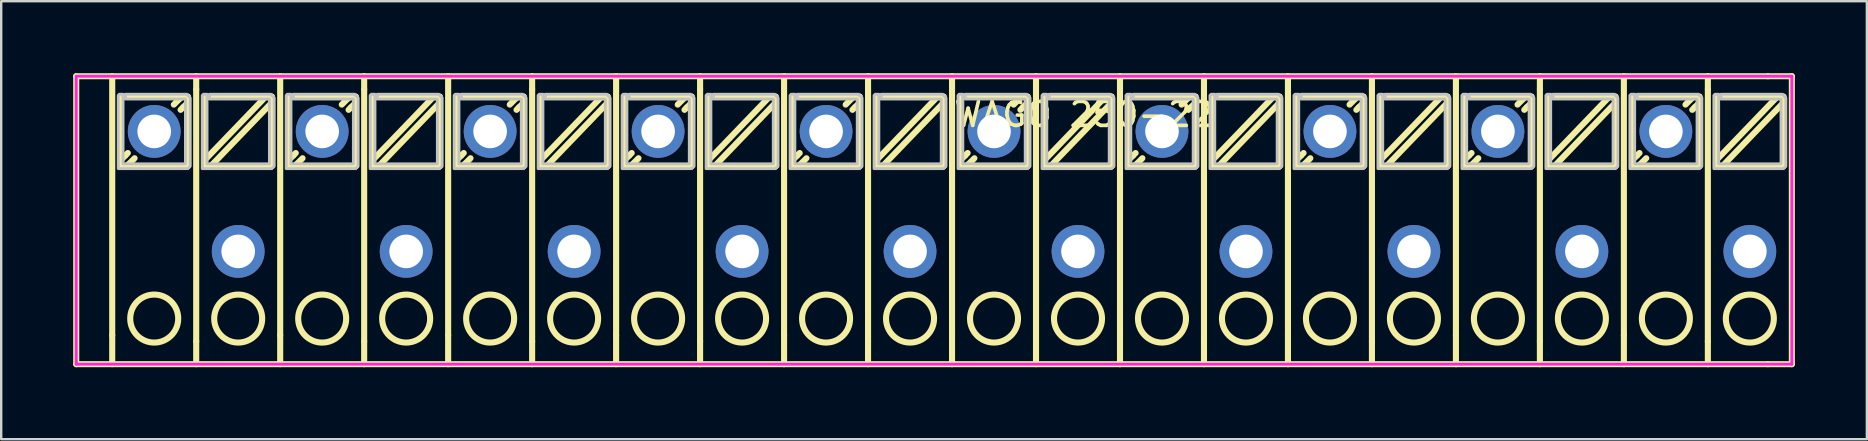
<source format=kicad_pcb>
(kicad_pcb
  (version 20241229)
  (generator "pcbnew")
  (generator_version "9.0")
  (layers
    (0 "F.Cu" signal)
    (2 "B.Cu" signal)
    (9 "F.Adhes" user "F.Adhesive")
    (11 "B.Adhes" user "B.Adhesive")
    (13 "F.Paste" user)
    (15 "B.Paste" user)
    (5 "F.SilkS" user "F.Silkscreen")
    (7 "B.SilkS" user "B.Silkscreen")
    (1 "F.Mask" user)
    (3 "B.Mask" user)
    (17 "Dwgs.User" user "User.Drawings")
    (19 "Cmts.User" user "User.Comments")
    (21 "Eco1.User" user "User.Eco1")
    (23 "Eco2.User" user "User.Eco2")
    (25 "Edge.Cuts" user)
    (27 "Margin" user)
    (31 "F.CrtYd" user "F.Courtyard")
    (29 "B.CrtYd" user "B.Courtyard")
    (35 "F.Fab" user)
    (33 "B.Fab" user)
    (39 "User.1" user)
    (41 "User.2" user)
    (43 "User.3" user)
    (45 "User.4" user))
  (footprint "WAGO 250-22"
    (layer "F.Cu")
    (at 36.627 4.927)
    (property "Reference" "WAGO 250-22" (at 0 -3.207 0) (layer "F.SilkS") (effects (font (size 1 1) (thickness 0.15)) (justify left)))
    (attr through_hole)
    (fp_line (start -36.5 -4.8) (end 34 -4.8) (stroke (width 0.254) (type solid)) (layer "F.SilkS"))
    (fp_line (start -36.5 7.2) (end -36.5 -4.8) (stroke (width 0.254) (type solid)) (layer "F.SilkS"))
    (fp_line (start -36.5 7.2) (end 34 7.2) (stroke (width 0.254) (type solid)) (layer "F.SilkS"))
    (fp_line (start -35 6) (end -35 -4.8) (stroke (width 0.254) (type solid)) (layer "F.SilkS"))
    (fp_line (start -35 6) (end -35 7.2) (stroke (width 0.254) (type solid)) (layer "F.SilkS"))
    (fp_line (start -34.65 -3.95) (end -31.85 -3.95) (stroke (width 0.254) (type solid)) (layer "F.SilkS"))
    (fp_line (start -34.65 -1.05) (end -34.65 -3.95) (stroke (width 0.254) (type solid)) (layer "F.SilkS"))
    (fp_line (start -34.45 -1.5) (end -34.614 -1.336) (stroke (width 0.254) (type solid)) (layer "F.SilkS"))
    (fp_line (start -34.35 -1.6) (end -34.45 -1.5) (stroke (width 0.254) (type solid)) (layer "F.SilkS"))
    (fp_line (start -34.35 -1.1) (end -34.068 -1.382) (stroke (width 0.254) (type solid)) (layer "F.SilkS"))
    (fp_line (start -34.332 -1.118) (end -34.35 -1.1) (stroke (width 0.254) (type solid)) (layer "F.SilkS"))
    (fp_line (start -32.168 -3.882) (end -32.15 -3.9) (stroke (width 0.254) (type solid)) (layer "F.SilkS"))
    (fp_line (start -32.15 -3.9) (end -32.432 -3.618) (stroke (width 0.254) (type solid)) (layer "F.SilkS"))
    (fp_line (start -32.15 -3.4) (end -32.05 -3.5) (stroke (width 0.254) (type solid)) (layer "F.SilkS"))
    (fp_line (start -32.05 -3.5) (end -31.886 -3.664) (stroke (width 0.254) (type solid)) (layer "F.SilkS"))
    (fp_line (start -31.85 -3.95) (end -31.85 -1.05) (stroke (width 0.254) (type solid)) (layer "F.SilkS"))
    (fp_line (start -31.85 -1.05) (end -34.65 -1.05) (stroke (width 0.254) (type solid)) (layer "F.SilkS"))
    (fp_line (start -31.5 -4.25) (end -31.5 -4.8) (stroke (width 0.254) (type solid)) (layer "F.SilkS"))
    (fp_line (start -31.5 -4.25) (end -31.5 6.25) (stroke (width 0.254) (type solid)) (layer "F.SilkS"))
    (fp_line (start -31.5 6.25) (end -31.5 7.2) (stroke (width 0.254) (type solid)) (layer "F.SilkS"))
    (fp_line (start -31.15 -3.95) (end -28.35 -3.95) (stroke (width 0.254) (type solid)) (layer "F.SilkS"))
    (fp_line (start -31.15 -1.05) (end -31.15 -3.95) (stroke (width 0.254) (type solid)) (layer "F.SilkS"))
    (fp_line (start -30.85 -1.1) (end -28.35 -3.7) (stroke (width 0.254) (type solid)) (layer "F.SilkS"))
    (fp_line (start -28.65 -3.9) (end -31.15 -1.3) (stroke (width 0.254) (type solid)) (layer "F.SilkS"))
    (fp_line (start -28.35 -3.95) (end -28.35 -1.05) (stroke (width 0.254) (type solid)) (layer "F.SilkS"))
    (fp_line (start -28.35 -3.7) (end -28.351 -3.701) (stroke (width 0.254) (type solid)) (layer "F.SilkS"))
    (fp_line (start -28.35 -1.05) (end -31.15 -1.05) (stroke (width 0.254) (type solid)) (layer "F.SilkS"))
    (fp_line (start -28 6) (end -28 -4.8) (stroke (width 0.254) (type solid)) (layer "F.SilkS"))
    (fp_line (start -28 6) (end -28 7.2) (stroke (width 0.254) (type solid)) (layer "F.SilkS"))
    (fp_line (start -27.65 -3.95) (end -24.85 -3.95) (stroke (width 0.254) (type solid)) (layer "F.SilkS"))
    (fp_line (start -27.65 -1.05) (end -27.65 -3.95) (stroke (width 0.254) (type solid)) (layer "F.SilkS"))
    (fp_line (start -27.45 -1.5) (end -27.614 -1.336) (stroke (width 0.254) (type solid)) (layer "F.SilkS"))
    (fp_line (start -27.35 -1.6) (end -27.45 -1.5) (stroke (width 0.254) (type solid)) (layer "F.SilkS"))
    (fp_line (start -27.35 -1.1) (end -27.068 -1.382) (stroke (width 0.254) (type solid)) (layer "F.SilkS"))
    (fp_line (start -27.332 -1.118) (end -27.35 -1.1) (stroke (width 0.254) (type solid)) (layer "F.SilkS"))
    (fp_line (start -25.168 -3.882) (end -25.15 -3.9) (stroke (width 0.254) (type solid)) (layer "F.SilkS"))
    (fp_line (start -25.15 -3.9) (end -25.432 -3.618) (stroke (width 0.254) (type solid)) (layer "F.SilkS"))
    (fp_line (start -25.15 -3.4) (end -25.05 -3.5) (stroke (width 0.254) (type solid)) (layer "F.SilkS"))
    (fp_line (start -25.05 -3.5) (end -24.886 -3.664) (stroke (width 0.254) (type solid)) (layer "F.SilkS"))
    (fp_line (start -24.85 -3.95) (end -24.85 -1.05) (stroke (width 0.254) (type solid)) (layer "F.SilkS"))
    (fp_line (start -24.85 -1.05) (end -27.65 -1.05) (stroke (width 0.254) (type solid)) (layer "F.SilkS"))
    (fp_line (start -24.5 -4.25) (end -24.5 -4.8) (stroke (width 0.254) (type solid)) (layer "F.SilkS"))
    (fp_line (start -24.5 -4.25) (end -24.5 6.25) (stroke (width 0.254) (type solid)) (layer "F.SilkS"))
    (fp_line (start -24.5 6.25) (end -24.5 7.2) (stroke (width 0.254) (type solid)) (layer "F.SilkS"))
    (fp_line (start -24.15 -3.95) (end -21.35 -3.95) (stroke (width 0.254) (type solid)) (layer "F.SilkS"))
    (fp_line (start -24.15 -1.05) (end -24.15 -3.95) (stroke (width 0.254) (type solid)) (layer "F.SilkS"))
    (fp_line (start -23.85 -1.1) (end -21.35 -3.7) (stroke (width 0.254) (type solid)) (layer "F.SilkS"))
    (fp_line (start -21.65 -3.9) (end -24.15 -1.3) (stroke (width 0.254) (type solid)) (layer "F.SilkS"))
    (fp_line (start -21.35 -3.95) (end -21.35 -1.05) (stroke (width 0.254) (type solid)) (layer "F.SilkS"))
    (fp_line (start -21.35 -3.7) (end -21.351 -3.701) (stroke (width 0.254) (type solid)) (layer "F.SilkS"))
    (fp_line (start -21.35 -1.05) (end -24.15 -1.05) (stroke (width 0.254) (type solid)) (layer "F.SilkS"))
    (fp_line (start -21 6) (end -21 -4.8) (stroke (width 0.254) (type solid)) (layer "F.SilkS"))
    (fp_line (start -21 6) (end -21 7.2) (stroke (width 0.254) (type solid)) (layer "F.SilkS"))
    (fp_line (start -20.65 -3.95) (end -17.85 -3.95) (stroke (width 0.254) (type solid)) (layer "F.SilkS"))
    (fp_line (start -20.65 -1.05) (end -20.65 -3.95) (stroke (width 0.254) (type solid)) (layer "F.SilkS"))
    (fp_line (start -20.45 -1.5) (end -20.614 -1.336) (stroke (width 0.254) (type solid)) (layer "F.SilkS"))
    (fp_line (start -20.35 -1.6) (end -20.45 -1.5) (stroke (width 0.254) (type solid)) (layer "F.SilkS"))
    (fp_line (start -20.35 -1.1) (end -20.068 -1.382) (stroke (width 0.254) (type solid)) (layer "F.SilkS"))
    (fp_line (start -20.332 -1.118) (end -20.35 -1.1) (stroke (width 0.254) (type solid)) (layer "F.SilkS"))
    (fp_line (start -18.168 -3.882) (end -18.15 -3.9) (stroke (width 0.254) (type solid)) (layer "F.SilkS"))
    (fp_line (start -18.15 -3.9) (end -18.432 -3.618) (stroke (width 0.254) (type solid)) (layer "F.SilkS"))
    (fp_line (start -18.15 -3.4) (end -18.05 -3.5) (stroke (width 0.254) (type solid)) (layer "F.SilkS"))
    (fp_line (start -18.05 -3.5) (end -17.886 -3.664) (stroke (width 0.254) (type solid)) (layer "F.SilkS"))
    (fp_line (start -17.85 -3.95) (end -17.85 -1.05) (stroke (width 0.254) (type solid)) (layer "F.SilkS"))
    (fp_line (start -17.85 -1.05) (end -20.65 -1.05) (stroke (width 0.254) (type solid)) (layer "F.SilkS"))
    (fp_line (start -17.5 -4.25) (end -17.5 -4.8) (stroke (width 0.254) (type solid)) (layer "F.SilkS"))
    (fp_line (start -17.5 -4.25) (end -17.5 6.25) (stroke (width 0.254) (type solid)) (layer "F.SilkS"))
    (fp_line (start -17.5 6.25) (end -17.5 7.2) (stroke (width 0.254) (type solid)) (layer "F.SilkS"))
    (fp_line (start -17.15 -3.95) (end -14.35 -3.95) (stroke (width 0.254) (type solid)) (layer "F.SilkS"))
    (fp_line (start -17.15 -1.05) (end -17.15 -3.95) (stroke (width 0.254) (type solid)) (layer "F.SilkS"))
    (fp_line (start -16.85 -1.1) (end -14.35 -3.7) (stroke (width 0.254) (type solid)) (layer "F.SilkS"))
    (fp_line (start -14.65 -3.9) (end -17.15 -1.3) (stroke (width 0.254) (type solid)) (layer "F.SilkS"))
    (fp_line (start -14.35 -3.95) (end -14.35 -1.05) (stroke (width 0.254) (type solid)) (layer "F.SilkS"))
    (fp_line (start -14.35 -3.7) (end -14.351 -3.701) (stroke (width 0.254) (type solid)) (layer "F.SilkS"))
    (fp_line (start -14.35 -1.05) (end -17.15 -1.05) (stroke (width 0.254) (type solid)) (layer "F.SilkS"))
    (fp_line (start -14 6) (end -14 -4.8) (stroke (width 0.254) (type solid)) (layer "F.SilkS"))
    (fp_line (start -14 6) (end -14 7.2) (stroke (width 0.254) (type solid)) (layer "F.SilkS"))
    (fp_line (start -13.65 -3.95) (end -10.85 -3.95) (stroke (width 0.254) (type solid)) (layer "F.SilkS"))
    (fp_line (start -13.65 -1.05) (end -13.65 -3.95) (stroke (width 0.254) (type solid)) (layer "F.SilkS"))
    (fp_line (start -13.45 -1.5) (end -13.614 -1.336) (stroke (width 0.254) (type solid)) (layer "F.SilkS"))
    (fp_line (start -13.35 -1.6) (end -13.45 -1.5) (stroke (width 0.254) (type solid)) (layer "F.SilkS"))
    (fp_line (start -13.35 -1.1) (end -13.068 -1.382) (stroke (width 0.254) (type solid)) (layer "F.SilkS"))
    (fp_line (start -13.332 -1.118) (end -13.35 -1.1) (stroke (width 0.254) (type solid)) (layer "F.SilkS"))
    (fp_line (start -11.168 -3.882) (end -11.15 -3.9) (stroke (width 0.254) (type solid)) (layer "F.SilkS"))
    (fp_line (start -11.15 -3.9) (end -11.432 -3.618) (stroke (width 0.254) (type solid)) (layer "F.SilkS"))
    (fp_line (start -11.15 -3.4) (end -11.05 -3.5) (stroke (width 0.254) (type solid)) (layer "F.SilkS"))
    (fp_line (start -11.05 -3.5) (end -10.886 -3.664) (stroke (width 0.254) (type solid)) (layer "F.SilkS"))
    (fp_line (start -10.85 -3.95) (end -10.85 -1.05) (stroke (width 0.254) (type solid)) (layer "F.SilkS"))
    (fp_line (start -10.85 -1.05) (end -13.65 -1.05) (stroke (width 0.254) (type solid)) (layer "F.SilkS"))
    (fp_line (start -10.5 -4.25) (end -10.5 -4.8) (stroke (width 0.254) (type solid)) (layer "F.SilkS"))
    (fp_line (start -10.5 -4.25) (end -10.5 6.25) (stroke (width 0.254) (type solid)) (layer "F.SilkS"))
    (fp_line (start -10.5 6.25) (end -10.5 7.2) (stroke (width 0.254) (type solid)) (layer "F.SilkS"))
    (fp_line (start -10.15 -3.95) (end -7.35 -3.95) (stroke (width 0.254) (type solid)) (layer "F.SilkS"))
    (fp_line (start -10.15 -1.05) (end -10.15 -3.95) (stroke (width 0.254) (type solid)) (layer "F.SilkS"))
    (fp_line (start -9.85 -1.1) (end -7.35 -3.7) (stroke (width 0.254) (type solid)) (layer "F.SilkS"))
    (fp_line (start -7.65 -3.9) (end -10.15 -1.3) (stroke (width 0.254) (type solid)) (layer "F.SilkS"))
    (fp_line (start -7.35 -3.95) (end -7.35 -1.05) (stroke (width 0.254) (type solid)) (layer "F.SilkS"))
    (fp_line (start -7.35 -3.7) (end -7.351 -3.701) (stroke (width 0.254) (type solid)) (layer "F.SilkS"))
    (fp_line (start -7.35 -1.05) (end -10.15 -1.05) (stroke (width 0.254) (type solid)) (layer "F.SilkS"))
    (fp_line (start -7 6) (end -7 -4.8) (stroke (width 0.254) (type solid)) (layer "F.SilkS"))
    (fp_line (start -7 6) (end -7 7.2) (stroke (width 0.254) (type solid)) (layer "F.SilkS"))
    (fp_line (start -6.65 -3.95) (end -3.85 -3.95) (stroke (width 0.254) (type solid)) (layer "F.SilkS"))
    (fp_line (start -6.65 -1.05) (end -6.65 -3.95) (stroke (width 0.254) (type solid)) (layer "F.SilkS"))
    (fp_line (start -6.45 -1.5) (end -6.614 -1.336) (stroke (width 0.254) (type solid)) (layer "F.SilkS"))
    (fp_line (start -6.35 -1.6) (end -6.45 -1.5) (stroke (width 0.254) (type solid)) (layer "F.SilkS"))
    (fp_line (start -6.35 -1.1) (end -6.068 -1.382) (stroke (width 0.254) (type solid)) (layer "F.SilkS"))
    (fp_line (start -6.332 -1.118) (end -6.35 -1.1) (stroke (width 0.254) (type solid)) (layer "F.SilkS"))
    (fp_line (start -4.168 -3.882) (end -4.15 -3.9) (stroke (width 0.254) (type solid)) (layer "F.SilkS"))
    (fp_line (start -4.15 -3.9) (end -4.432 -3.618) (stroke (width 0.254) (type solid)) (layer "F.SilkS"))
    (fp_line (start -4.15 -3.4) (end -4.05 -3.5) (stroke (width 0.254) (type solid)) (layer "F.SilkS"))
    (fp_line (start -4.05 -3.5) (end -3.886 -3.664) (stroke (width 0.254) (type solid)) (layer "F.SilkS"))
    (fp_line (start -3.85 -3.95) (end -3.85 -1.05) (stroke (width 0.254) (type solid)) (layer "F.SilkS"))
    (fp_line (start -3.85 -1.05) (end -6.65 -1.05) (stroke (width 0.254) (type solid)) (layer "F.SilkS"))
    (fp_line (start -3.5 -4.25) (end -3.5 -4.8) (stroke (width 0.254) (type solid)) (layer "F.SilkS"))
    (fp_line (start -3.5 -4.25) (end -3.5 6.25) (stroke (width 0.254) (type solid)) (layer "F.SilkS"))
    (fp_line (start -3.5 6.25) (end -3.5 7.2) (stroke (width 0.254) (type solid)) (layer "F.SilkS"))
    (fp_line (start -3.15 -3.95) (end -0.35 -3.95) (stroke (width 0.254) (type solid)) (layer "F.SilkS"))
    (fp_line (start -3.15 -1.05) (end -3.15 -3.95) (stroke (width 0.254) (type solid)) (layer "F.SilkS"))
    (fp_line (start -2.85 -1.1) (end -0.35 -3.7) (stroke (width 0.254) (type solid)) (layer "F.SilkS"))
    (fp_line (start -0.65 -3.9) (end -3.15 -1.3) (stroke (width 0.254) (type solid)) (layer "F.SilkS"))
    (fp_line (start -0.35 -3.95) (end -0.35 -1.05) (stroke (width 0.254) (type solid)) (layer "F.SilkS"))
    (fp_line (start -0.35 -3.7) (end -0.351 -3.701) (stroke (width 0.254) (type solid)) (layer "F.SilkS"))
    (fp_line (start -0.35 -1.05) (end -3.15 -1.05) (stroke (width 0.254) (type solid)) (layer "F.SilkS"))
    (fp_line (start 0 6) (end 0 -4.8) (stroke (width 0.254) (type solid)) (layer "F.SilkS"))
    (fp_line (start 0 6) (end 0 7.2) (stroke (width 0.254) (type solid)) (layer "F.SilkS"))
    (fp_line (start 0.35 -3.95) (end 3.15 -3.95) (stroke (width 0.254) (type solid)) (layer "F.SilkS"))
    (fp_line (start 0.35 -1.05) (end 0.35 -3.95) (stroke (width 0.254) (type solid)) (layer "F.SilkS"))
    (fp_line (start 0.55 -1.5) (end 0.386 -1.336) (stroke (width 0.254) (type solid)) (layer "F.SilkS"))
    (fp_line (start 0.65 -1.6) (end 0.55 -1.5) (stroke (width 0.254) (type solid)) (layer "F.SilkS"))
    (fp_line (start 0.65 -1.1) (end 0.932 -1.382) (stroke (width 0.254) (type solid)) (layer "F.SilkS"))
    (fp_line (start 0.668 -1.118) (end 0.65 -1.1) (stroke (width 0.254) (type solid)) (layer "F.SilkS"))
    (fp_line (start 2.832 -3.882) (end 2.85 -3.9) (stroke (width 0.254) (type solid)) (layer "F.SilkS"))
    (fp_line (start 2.85 -3.9) (end 2.568 -3.618) (stroke (width 0.254) (type solid)) (layer "F.SilkS"))
    (fp_line (start 2.85 -3.4) (end 2.95 -3.5) (stroke (width 0.254) (type solid)) (layer "F.SilkS"))
    (fp_line (start 2.95 -3.5) (end 3.114 -3.664) (stroke (width 0.254) (type solid)) (layer "F.SilkS"))
    (fp_line (start 3.15 -3.95) (end 3.15 -1.05) (stroke (width 0.254) (type solid)) (layer "F.SilkS"))
    (fp_line (start 3.15 -1.05) (end 0.35 -1.05) (stroke (width 0.254) (type solid)) (layer "F.SilkS"))
    (fp_line (start 3.5 -4.25) (end 3.5 -4.8) (stroke (width 0.254) (type solid)) (layer "F.SilkS"))
    (fp_line (start 3.5 -4.25) (end 3.5 6.25) (stroke (width 0.254) (type solid)) (layer "F.SilkS"))
    (fp_line (start 3.5 6.25) (end 3.5 7.2) (stroke (width 0.254) (type solid)) (layer "F.SilkS"))
    (fp_line (start 3.85 -3.95) (end 6.65 -3.95) (stroke (width 0.254) (type solid)) (layer "F.SilkS"))
    (fp_line (start 3.85 -1.05) (end 3.85 -3.95) (stroke (width 0.254) (type solid)) (layer "F.SilkS"))
    (fp_line (start 4.15 -1.1) (end 6.65 -3.7) (stroke (width 0.254) (type solid)) (layer "F.SilkS"))
    (fp_line (start 6.35 -3.9) (end 3.85 -1.3) (stroke (width 0.254) (type solid)) (layer "F.SilkS"))
    (fp_line (start 6.65 -3.95) (end 6.65 -1.05) (stroke (width 0.254) (type solid)) (layer "F.SilkS"))
    (fp_line (start 6.65 -3.7) (end 6.649 -3.701) (stroke (width 0.254) (type solid)) (layer "F.SilkS"))
    (fp_line (start 6.65 -1.05) (end 3.85 -1.05) (stroke (width 0.254) (type solid)) (layer "F.SilkS"))
    (fp_line (start 7 6) (end 7 -4.8) (stroke (width 0.254) (type solid)) (layer "F.SilkS"))
    (fp_line (start 7 6) (end 7 7.2) (stroke (width 0.254) (type solid)) (layer "F.SilkS"))
    (fp_line (start 7.35 -3.95) (end 10.15 -3.95) (stroke (width 0.254) (type solid)) (layer "F.SilkS"))
    (fp_line (start 7.35 -1.05) (end 7.35 -3.95) (stroke (width 0.254) (type solid)) (layer "F.SilkS"))
    (fp_line (start 7.55 -1.5) (end 7.386 -1.336) (stroke (width 0.254) (type solid)) (layer "F.SilkS"))
    (fp_line (start 7.65 -1.6) (end 7.55 -1.5) (stroke (width 0.254) (type solid)) (layer "F.SilkS"))
    (fp_line (start 7.65 -1.1) (end 7.932 -1.382) (stroke (width 0.254) (type solid)) (layer "F.SilkS"))
    (fp_line (start 7.668 -1.118) (end 7.65 -1.1) (stroke (width 0.254) (type solid)) (layer "F.SilkS"))
    (fp_line (start 9.832 -3.882) (end 9.85 -3.9) (stroke (width 0.254) (type solid)) (layer "F.SilkS"))
    (fp_line (start 9.85 -3.9) (end 9.568 -3.618) (stroke (width 0.254) (type solid)) (layer "F.SilkS"))
    (fp_line (start 9.85 -3.4) (end 9.95 -3.5) (stroke (width 0.254) (type solid)) (layer "F.SilkS"))
    (fp_line (start 9.95 -3.5) (end 10.114 -3.664) (stroke (width 0.254) (type solid)) (layer "F.SilkS"))
    (fp_line (start 10.15 -3.95) (end 10.15 -1.05) (stroke (width 0.254) (type solid)) (layer "F.SilkS"))
    (fp_line (start 10.15 -1.05) (end 7.35 -1.05) (stroke (width 0.254) (type solid)) (layer "F.SilkS"))
    (fp_line (start 10.5 -4.25) (end 10.5 -4.8) (stroke (width 0.254) (type solid)) (layer "F.SilkS"))
    (fp_line (start 10.5 -4.25) (end 10.5 6.25) (stroke (width 0.254) (type solid)) (layer "F.SilkS"))
    (fp_line (start 10.5 6.25) (end 10.5 7.2) (stroke (width 0.254) (type solid)) (layer "F.SilkS"))
    (fp_line (start 10.85 -3.95) (end 13.65 -3.95) (stroke (width 0.254) (type solid)) (layer "F.SilkS"))
    (fp_line (start 10.85 -1.05) (end 10.85 -3.95) (stroke (width 0.254) (type solid)) (layer "F.SilkS"))
    (fp_line (start 11.15 -1.1) (end 13.65 -3.7) (stroke (width 0.254) (type solid)) (layer "F.SilkS"))
    (fp_line (start 13.35 -3.9) (end 10.85 -1.3) (stroke (width 0.254) (type solid)) (layer "F.SilkS"))
    (fp_line (start 13.65 -3.95) (end 13.65 -1.05) (stroke (width 0.254) (type solid)) (layer "F.SilkS"))
    (fp_line (start 13.65 -3.7) (end 13.649 -3.701) (stroke (width 0.254) (type solid)) (layer "F.SilkS"))
    (fp_line (start 13.65 -1.05) (end 10.85 -1.05) (stroke (width 0.254) (type solid)) (layer "F.SilkS"))
    (fp_line (start 14 6) (end 14 -4.8) (stroke (width 0.254) (type solid)) (layer "F.SilkS"))
    (fp_line (start 14 6) (end 14 7.2) (stroke (width 0.254) (type solid)) (layer "F.SilkS"))
    (fp_line (start 14.35 -3.95) (end 17.15 -3.95) (stroke (width 0.254) (type solid)) (layer "F.SilkS"))
    (fp_line (start 14.35 -1.05) (end 14.35 -3.95) (stroke (width 0.254) (type solid)) (layer "F.SilkS"))
    (fp_line (start 14.55 -1.5) (end 14.386 -1.336) (stroke (width 0.254) (type solid)) (layer "F.SilkS"))
    (fp_line (start 14.65 -1.6) (end 14.55 -1.5) (stroke (width 0.254) (type solid)) (layer "F.SilkS"))
    (fp_line (start 14.65 -1.1) (end 14.932 -1.382) (stroke (width 0.254) (type solid)) (layer "F.SilkS"))
    (fp_line (start 14.668 -1.118) (end 14.65 -1.1) (stroke (width 0.254) (type solid)) (layer "F.SilkS"))
    (fp_line (start 16.832 -3.882) (end 16.85 -3.9) (stroke (width 0.254) (type solid)) (layer "F.SilkS"))
    (fp_line (start 16.85 -3.9) (end 16.568 -3.618) (stroke (width 0.254) (type solid)) (layer "F.SilkS"))
    (fp_line (start 16.85 -3.4) (end 16.95 -3.5) (stroke (width 0.254) (type solid)) (layer "F.SilkS"))
    (fp_line (start 16.95 -3.5) (end 17.114 -3.664) (stroke (width 0.254) (type solid)) (layer "F.SilkS"))
    (fp_line (start 17.15 -3.95) (end 17.15 -1.05) (stroke (width 0.254) (type solid)) (layer "F.SilkS"))
    (fp_line (start 17.15 -1.05) (end 14.35 -1.05) (stroke (width 0.254) (type solid)) (layer "F.SilkS"))
    (fp_line (start 17.5 -4.25) (end 17.5 -4.8) (stroke (width 0.254) (type solid)) (layer "F.SilkS"))
    (fp_line (start 17.5 -4.25) (end 17.5 6.25) (stroke (width 0.254) (type solid)) (layer "F.SilkS"))
    (fp_line (start 17.5 6.25) (end 17.5 7.2) (stroke (width 0.254) (type solid)) (layer "F.SilkS"))
    (fp_line (start 17.85 -3.95) (end 20.65 -3.95) (stroke (width 0.254) (type solid)) (layer "F.SilkS"))
    (fp_line (start 17.85 -1.05) (end 17.85 -3.95) (stroke (width 0.254) (type solid)) (layer "F.SilkS"))
    (fp_line (start 18.15 -1.1) (end 20.65 -3.7) (stroke (width 0.254) (type solid)) (layer "F.SilkS"))
    (fp_line (start 20.35 -3.9) (end 17.85 -1.3) (stroke (width 0.254) (type solid)) (layer "F.SilkS"))
    (fp_line (start 20.65 -3.95) (end 20.65 -1.05) (stroke (width 0.254) (type solid)) (layer "F.SilkS"))
    (fp_line (start 20.65 -3.7) (end 20.649 -3.701) (stroke (width 0.254) (type solid)) (layer "F.SilkS"))
    (fp_line (start 20.65 -1.05) (end 17.85 -1.05) (stroke (width 0.254) (type solid)) (layer "F.SilkS"))
    (fp_line (start 21 6) (end 21 -4.8) (stroke (width 0.254) (type solid)) (layer "F.SilkS"))
    (fp_line (start 21 6) (end 21 7.2) (stroke (width 0.254) (type solid)) (layer "F.SilkS"))
    (fp_line (start 21.35 -3.95) (end 24.15 -3.95) (stroke (width 0.254) (type solid)) (layer "F.SilkS"))
    (fp_line (start 21.35 -1.05) (end 21.35 -3.95) (stroke (width 0.254) (type solid)) (layer "F.SilkS"))
    (fp_line (start 21.55 -1.5) (end 21.386 -1.336) (stroke (width 0.254) (type solid)) (layer "F.SilkS"))
    (fp_line (start 21.65 -1.6) (end 21.55 -1.5) (stroke (width 0.254) (type solid)) (layer "F.SilkS"))
    (fp_line (start 21.65 -1.1) (end 21.932 -1.382) (stroke (width 0.254) (type solid)) (layer "F.SilkS"))
    (fp_line (start 21.668 -1.118) (end 21.65 -1.1) (stroke (width 0.254) (type solid)) (layer "F.SilkS"))
    (fp_line (start 23.832 -3.882) (end 23.85 -3.9) (stroke (width 0.254) (type solid)) (layer "F.SilkS"))
    (fp_line (start 23.85 -3.9) (end 23.568 -3.618) (stroke (width 0.254) (type solid)) (layer "F.SilkS"))
    (fp_line (start 23.85 -3.4) (end 23.95 -3.5) (stroke (width 0.254) (type solid)) (layer "F.SilkS"))
    (fp_line (start 23.95 -3.5) (end 24.114 -3.664) (stroke (width 0.254) (type solid)) (layer "F.SilkS"))
    (fp_line (start 24.15 -3.95) (end 24.15 -1.05) (stroke (width 0.254) (type solid)) (layer "F.SilkS"))
    (fp_line (start 24.15 -1.05) (end 21.35 -1.05) (stroke (width 0.254) (type solid)) (layer "F.SilkS"))
    (fp_line (start 24.5 -4.25) (end 24.5 -4.8) (stroke (width 0.254) (type solid)) (layer "F.SilkS"))
    (fp_line (start 24.5 -4.25) (end 24.5 6.25) (stroke (width 0.254) (type solid)) (layer "F.SilkS"))
    (fp_line (start 24.5 6.25) (end 24.5 7.2) (stroke (width 0.254) (type solid)) (layer "F.SilkS"))
    (fp_line (start 24.85 -3.95) (end 27.65 -3.95) (stroke (width 0.254) (type solid)) (layer "F.SilkS"))
    (fp_line (start 24.85 -1.05) (end 24.85 -3.95) (stroke (width 0.254) (type solid)) (layer "F.SilkS"))
    (fp_line (start 25.15 -1.1) (end 27.65 -3.7) (stroke (width 0.254) (type solid)) (layer "F.SilkS"))
    (fp_line (start 27.35 -3.9) (end 24.85 -1.3) (stroke (width 0.254) (type solid)) (layer "F.SilkS"))
    (fp_line (start 27.65 -3.95) (end 27.65 -1.05) (stroke (width 0.254) (type solid)) (layer "F.SilkS"))
    (fp_line (start 27.65 -3.7) (end 27.649 -3.701) (stroke (width 0.254) (type solid)) (layer "F.SilkS"))
    (fp_line (start 27.65 -1.05) (end 24.85 -1.05) (stroke (width 0.254) (type solid)) (layer "F.SilkS"))
    (fp_line (start 28 6) (end 28 -4.8) (stroke (width 0.254) (type solid)) (layer "F.SilkS"))
    (fp_line (start 28 6) (end 28 7.2) (stroke (width 0.254) (type solid)) (layer "F.SilkS"))
    (fp_line (start 28.35 -3.95) (end 31.15 -3.95) (stroke (width 0.254) (type solid)) (layer "F.SilkS"))
    (fp_line (start 28.35 -1.05) (end 28.35 -3.95) (stroke (width 0.254) (type solid)) (layer "F.SilkS"))
    (fp_line (start 28.55 -1.5) (end 28.386 -1.336) (stroke (width 0.254) (type solid)) (layer "F.SilkS"))
    (fp_line (start 28.65 -1.6) (end 28.55 -1.5) (stroke (width 0.254) (type solid)) (layer "F.SilkS"))
    (fp_line (start 28.65 -1.1) (end 28.932 -1.382) (stroke (width 0.254) (type solid)) (layer "F.SilkS"))
    (fp_line (start 28.668 -1.118) (end 28.65 -1.1) (stroke (width 0.254) (type solid)) (layer "F.SilkS"))
    (fp_line (start 30.832 -3.882) (end 30.85 -3.9) (stroke (width 0.254) (type solid)) (layer "F.SilkS"))
    (fp_line (start 30.85 -3.9) (end 30.568 -3.618) (stroke (width 0.254) (type solid)) (layer "F.SilkS"))
    (fp_line (start 30.85 -3.4) (end 30.95 -3.5) (stroke (width 0.254) (type solid)) (layer "F.SilkS"))
    (fp_line (start 30.95 -3.5) (end 31.114 -3.664) (stroke (width 0.254) (type solid)) (layer "F.SilkS"))
    (fp_line (start 31.15 -3.95) (end 31.15 -1.05) (stroke (width 0.254) (type solid)) (layer "F.SilkS"))
    (fp_line (start 31.15 -1.05) (end 28.35 -1.05) (stroke (width 0.254) (type solid)) (layer "F.SilkS"))
    (fp_line (start 31.5 -4.25) (end 31.5 -4.8) (stroke (width 0.254) (type solid)) (layer "F.SilkS"))
    (fp_line (start 31.5 -4.25) (end 31.5 6.25) (stroke (width 0.254) (type solid)) (layer "F.SilkS"))
    (fp_line (start 31.5 6.25) (end 31.5 7.2) (stroke (width 0.254) (type solid)) (layer "F.SilkS"))
    (fp_line (start 31.85 -3.95) (end 34.65 -3.95) (stroke (width 0.254) (type solid)) (layer "F.SilkS"))
    (fp_line (start 31.85 -1.05) (end 31.85 -3.95) (stroke (width 0.254) (type solid)) (layer "F.SilkS"))
    (fp_line (start 32.15 -1.1) (end 34.65 -3.7) (stroke (width 0.254) (type solid)) (layer "F.SilkS"))
    (fp_line (start 34 -4.8) (end 35 -4.8) (stroke (width 0.254) (type solid)) (layer "F.SilkS"))
    (fp_line (start 34 7.2) (end 35 7.2) (stroke (width 0.254) (type solid)) (layer "F.SilkS"))
    (fp_line (start 34.35 -3.9) (end 31.85 -1.3) (stroke (width 0.254) (type solid)) (layer "F.SilkS"))
    (fp_line (start 34.65 -3.95) (end 34.65 -1.05) (stroke (width 0.254) (type solid)) (layer "F.SilkS"))
    (fp_line (start 34.65 -3.7) (end 34.649 -3.701) (stroke (width 0.254) (type solid)) (layer "F.SilkS"))
    (fp_line (start 34.65 -1.05) (end 31.85 -1.05) (stroke (width 0.254) (type solid)) (layer "F.SilkS"))
    (fp_line (start 35 7.2) (end 35 -4.8) (stroke (width 0.254) (type solid)) (layer "F.SilkS"))
    (fp_circle (center -33.25 5.3) (end -32.25 5.3) (stroke (width 0.254) (type solid)) (fill no) (layer "F.SilkS"))
    (fp_circle (center -29.75 5.3) (end -28.75 5.3) (stroke (width 0.254) (type solid)) (fill no) (layer "F.SilkS"))
    (fp_circle (center -26.25 5.3) (end -25.25 5.3) (stroke (width 0.254) (type solid)) (fill no) (layer "F.SilkS"))
    (fp_circle (center -22.75 5.3) (end -21.75 5.3) (stroke (width 0.254) (type solid)) (fill no) (layer "F.SilkS"))
    (fp_circle (center -19.25 5.3) (end -18.25 5.3) (stroke (width 0.254) (type solid)) (fill no) (layer "F.SilkS"))
    (fp_circle (center -15.75 5.3) (end -14.75 5.3) (stroke (width 0.254) (type solid)) (fill no) (layer "F.SilkS"))
    (fp_circle (center -12.25 5.3) (end -11.25 5.3) (stroke (width 0.254) (type solid)) (fill no) (layer "F.SilkS"))
    (fp_circle (center -8.75 5.3) (end -7.75 5.3) (stroke (width 0.254) (type solid)) (fill no) (layer "F.SilkS"))
    (fp_circle (center -5.25 5.3) (end -4.25 5.3) (stroke (width 0.254) (type solid)) (fill no) (layer "F.SilkS"))
    (fp_circle (center -1.75 5.3) (end -0.75 5.3) (stroke (width 0.254) (type solid)) (fill no) (layer "F.SilkS"))
    (fp_circle (center 1.75 5.3) (end 2.75 5.3) (stroke (width 0.254) (type solid)) (fill no) (layer "F.SilkS"))
    (fp_circle (center 5.25 5.3) (end 6.25 5.3) (stroke (width 0.254) (type solid)) (fill no) (layer "F.SilkS"))
    (fp_circle (center 8.75 5.3) (end 9.75 5.3) (stroke (width 0.254) (type solid)) (fill no) (layer "F.SilkS"))
    (fp_circle (center 12.25 5.3) (end 13.25 5.3) (stroke (width 0.254) (type solid)) (fill no) (layer "F.SilkS"))
    (fp_circle (center 15.75 5.3) (end 16.75 5.3) (stroke (width 0.254) (type solid)) (fill no) (layer "F.SilkS"))
    (fp_circle (center 19.25 5.3) (end 20.25 5.3) (stroke (width 0.254) (type solid)) (fill no) (layer "F.SilkS"))
    (fp_circle (center 22.75 5.3) (end 23.75 5.3) (stroke (width 0.254) (type solid)) (fill no) (layer "F.SilkS"))
    (fp_circle (center 26.25 5.3) (end 27.25 5.3) (stroke (width 0.254) (type solid)) (fill no) (layer "F.SilkS"))
    (fp_circle (center 29.75 5.3) (end 30.75 5.3) (stroke (width 0.254) (type solid)) (fill no) (layer "F.SilkS"))
    (fp_circle (center 33.25 5.3) (end 34.25 5.3) (stroke (width 0.254) (type solid)) (fill no) (layer "F.SilkS"))
    (fp_poly (pts (xy -34.549 -3.85) (xy -34.549 -1.15) (xy -31.949 -1.15) (xy -31.949 -3.85) (xy -34.449 -3.85) (xy -34.449 -4.05) (xy -31.899 -4.05) (xy -31.749 -3.9) (xy -31.749 -1.05) (xy -31.849 -0.95) (xy -34.749 -0.95) (xy -34.749 -4) (xy -34.699 -4.05) (xy -34.549 -4.05)) (stroke (width 0.12) (type solid)) (fill no) (layer "Dwgs.User"))
    (fp_poly (pts (xy -31.049 -3.85) (xy -31.049 -1.149) (xy -28.449 -1.149) (xy -28.449 -3.85) (xy -30.949 -3.85) (xy -30.949 -4.049) (xy -28.399 -4.049) (xy -28.249 -3.9) (xy -28.249 -1.05) (xy -28.349 -0.95) (xy -31.249 -0.95) (xy -31.249 -4) (xy -31.199 -4.049) (xy -31.049 -4.049)) (stroke (width 0.12) (type solid)) (fill no) (layer "Dwgs.User"))
    (fp_poly (pts (xy -27.55 -3.85) (xy -27.55 -1.15) (xy -24.95 -1.15) (xy -24.95 -3.85) (xy -27.45 -3.85) (xy -27.45 -4.05) (xy -24.9 -4.05) (xy -24.75 -3.9) (xy -24.75 -1.05) (xy -24.85 -0.95) (xy -27.75 -0.95) (xy -27.75 -4) (xy -27.7 -4.05) (xy -27.55 -4.05)) (stroke (width 0.12) (type solid)) (fill no) (layer "Dwgs.User"))
    (fp_poly (pts (xy -24.05 -3.85) (xy -24.05 -1.15) (xy -21.45 -1.15) (xy -21.45 -3.85) (xy -23.95 -3.85) (xy -23.95 -4.05) (xy -21.4 -4.05) (xy -21.25 -3.9) (xy -21.25 -1.05) (xy -21.35 -0.95) (xy -24.25 -0.95) (xy -24.25 -4) (xy -24.2 -4.05) (xy -24.05 -4.05)) (stroke (width 0.12) (type solid)) (fill no) (layer "Dwgs.User"))
    (fp_poly (pts (xy -20.55 -3.85) (xy -20.55 -1.15) (xy -17.95 -1.15) (xy -17.95 -3.85) (xy -20.45 -3.85) (xy -20.45 -4.05) (xy -17.9 -4.05) (xy -17.75 -3.9) (xy -17.75 -1.05) (xy -17.85 -0.95) (xy -20.75 -0.95) (xy -20.75 -4) (xy -20.7 -4.05) (xy -20.55 -4.05)) (stroke (width 0.12) (type solid)) (fill no) (layer "Dwgs.User"))
    (fp_poly (pts (xy -17.05 -3.85) (xy -17.05 -1.15) (xy -14.45 -1.15) (xy -14.45 -3.85) (xy -16.95 -3.85) (xy -16.95 -4.05) (xy -14.4 -4.05) (xy -14.25 -3.9) (xy -14.25 -1.05) (xy -14.35 -0.95) (xy -17.25 -0.95) (xy -17.25 -4) (xy -17.2 -4.05) (xy -17.05 -4.05)) (stroke (width 0.12) (type solid)) (fill no) (layer "Dwgs.User"))
    (fp_poly (pts (xy -13.55 -3.85) (xy -13.55 -1.15) (xy -10.95 -1.15) (xy -10.95 -3.85) (xy -13.45 -3.85) (xy -13.45 -4.05) (xy -10.9 -4.05) (xy -10.75 -3.9) (xy -10.75 -1.05) (xy -10.85 -0.95) (xy -13.75 -0.95) (xy -13.75 -4) (xy -13.7 -4.05) (xy -13.55 -4.05)) (stroke (width 0.12) (type solid)) (fill no) (layer "Dwgs.User"))
    (fp_poly (pts (xy -10.05 -3.85) (xy -10.05 -1.15) (xy -7.45 -1.15) (xy -7.45 -3.85) (xy -9.95 -3.85) (xy -9.95 -4.05) (xy -7.4 -4.05) (xy -7.25 -3.9) (xy -7.25 -1.05) (xy -7.35 -0.95) (xy -10.25 -0.95) (xy -10.25 -4) (xy -10.2 -4.05) (xy -10.05 -4.05)) (stroke (width 0.12) (type solid)) (fill no) (layer "Dwgs.User"))
    (fp_poly (pts (xy -6.55 -3.85) (xy -6.55 -1.15) (xy -3.95 -1.15) (xy -3.95 -3.85) (xy -6.45 -3.85) (xy -6.45 -4.05) (xy -3.9 -4.05) (xy -3.75 -3.9) (xy -3.75 -1.05) (xy -3.85 -0.95) (xy -6.75 -0.95) (xy -6.75 -4) (xy -6.7 -4.05) (xy -6.55 -4.05)) (stroke (width 0.12) (type solid)) (fill no) (layer "Dwgs.User"))
    (fp_poly (pts (xy -3.05 -3.85) (xy -3.05 -1.15) (xy -0.45 -1.15) (xy -0.45 -3.85) (xy -2.95 -3.85) (xy -2.95 -4.05) (xy -0.4 -4.05) (xy -0.25 -3.9) (xy -0.25 -1.05) (xy -0.35 -0.95) (xy -3.25 -0.95) (xy -3.25 -4) (xy -3.2 -4.05) (xy -3.05 -4.05)) (stroke (width 0.12) (type solid)) (fill no) (layer "Dwgs.User"))
    (fp_poly (pts (xy 0.45 -3.85) (xy 0.45 -1.15) (xy 3.05 -1.15) (xy 3.05 -3.85) (xy 0.55 -3.85) (xy 0.55 -4.05) (xy 3.1 -4.05) (xy 3.25 -3.9) (xy 3.25 -1.05) (xy 3.15 -0.95) (xy 0.25 -0.95) (xy 0.25 -4) (xy 0.3 -4.05) (xy 0.45 -4.05)) (stroke (width 0.12) (type solid)) (fill no) (layer "Dwgs.User"))
    (fp_poly (pts (xy 3.95 -3.85) (xy 3.95 -1.15) (xy 6.55 -1.15) (xy 6.55 -3.85) (xy 4.05 -3.85) (xy 4.05 -4.05) (xy 6.6 -4.05) (xy 6.75 -3.9) (xy 6.75 -1.05) (xy 6.65 -0.95) (xy 3.75 -0.95) (xy 3.75 -4) (xy 3.8 -4.05) (xy 3.95 -4.05)) (stroke (width 0.12) (type solid)) (fill no) (layer "Dwgs.User"))
    (fp_poly (pts (xy 7.45 -3.85) (xy 7.45 -1.15) (xy 10.05 -1.15) (xy 10.05 -3.85) (xy 7.55 -3.85) (xy 7.55 -4.05) (xy 10.1 -4.05) (xy 10.25 -3.9) (xy 10.25 -1.05) (xy 10.15 -0.95) (xy 7.25 -0.95) (xy 7.25 -4) (xy 7.3 -4.05) (xy 7.45 -4.05)) (stroke (width 0.12) (type solid)) (fill no) (layer "Dwgs.User"))
    (fp_poly (pts (xy 10.95 -3.85) (xy 10.95 -1.15) (xy 13.55 -1.15) (xy 13.55 -3.85) (xy 11.05 -3.85) (xy 11.05 -4.05) (xy 13.6 -4.05) (xy 13.75 -3.9) (xy 13.75 -1.05) (xy 13.65 -0.95) (xy 10.75 -0.95) (xy 10.75 -4) (xy 10.8 -4.05) (xy 10.95 -4.05)) (stroke (width 0.12) (type solid)) (fill no) (layer "Dwgs.User"))
    (fp_poly (pts (xy 14.45 -3.85) (xy 14.45 -1.15) (xy 17.05 -1.15) (xy 17.05 -3.85) (xy 14.55 -3.85) (xy 14.55 -4.05) (xy 17.1 -4.05) (xy 17.25 -3.9) (xy 17.25 -1.05) (xy 17.15 -0.95) (xy 14.25 -0.95) (xy 14.25 -4) (xy 14.3 -4.05) (xy 14.45 -4.05)) (stroke (width 0.12) (type solid)) (fill no) (layer "Dwgs.User"))
    (fp_poly (pts (xy 17.95 -3.85) (xy 17.95 -1.15) (xy 20.55 -1.15) (xy 20.55 -3.85) (xy 18.05 -3.85) (xy 18.05 -4.05) (xy 20.6 -4.05) (xy 20.75 -3.9) (xy 20.75 -1.05) (xy 20.65 -0.95) (xy 17.75 -0.95) (xy 17.75 -4) (xy 17.8 -4.05) (xy 17.95 -4.05)) (stroke (width 0.12) (type solid)) (fill no) (layer "Dwgs.User"))
    (fp_poly (pts (xy 21.45 -3.85) (xy 21.45 -1.15) (xy 24.05 -1.15) (xy 24.05 -3.85) (xy 21.55 -3.85) (xy 21.55 -4.05) (xy 24.1 -4.05) (xy 24.25 -3.9) (xy 24.25 -1.05) (xy 24.15 -0.95) (xy 21.25 -0.95) (xy 21.25 -4) (xy 21.3 -4.05) (xy 21.45 -4.05)) (stroke (width 0.12) (type solid)) (fill no) (layer "Dwgs.User"))
    (fp_poly (pts (xy 24.95 -3.85) (xy 24.95 -1.15) (xy 27.55 -1.15) (xy 27.55 -3.85) (xy 25.05 -3.85) (xy 25.05 -4.05) (xy 27.6 -4.05) (xy 27.75 -3.9) (xy 27.75 -1.05) (xy 27.65 -0.95) (xy 24.75 -0.95) (xy 24.75 -4) (xy 24.8 -4.05) (xy 24.95 -4.05)) (stroke (width 0.12) (type solid)) (fill no) (layer "Dwgs.User"))
    (fp_poly (pts (xy 28.45 -3.85) (xy 28.45 -1.15) (xy 31.05 -1.15) (xy 31.05 -3.85) (xy 28.55 -3.85) (xy 28.55 -4.05) (xy 31.1 -4.05) (xy 31.25 -3.9) (xy 31.25 -1.05) (xy 31.15 -0.95) (xy 28.25 -0.95) (xy 28.25 -4) (xy 28.3 -4.05) (xy 28.45 -4.05)) (stroke (width 0.12) (type solid)) (fill no) (layer "Dwgs.User"))
    (fp_poly (pts (xy 31.95 -3.85) (xy 31.95 -1.15) (xy 34.55 -1.15) (xy 34.55 -3.85) (xy 32.05 -3.85) (xy 32.05 -4.05) (xy 34.6 -4.05) (xy 34.75 -3.9) (xy 34.75 -1.05) (xy 34.65 -0.95) (xy 31.75 -0.95) (xy 31.75 -4) (xy 31.8 -4.05) (xy 31.95 -4.05)) (stroke (width 0.12) (type solid)) (fill no) (layer "Dwgs.User"))
    (fp_circle (center -36.5 -4.8) (end -36.47 -4.8) (stroke (width 0.06) (type solid)) (fill no) (layer "Eco2.User"))
    (fp_poly (pts (xy -33.625 -2.3) (xy -33.625 -2.7) (xy -32.875 -2.7) (xy -32.875 -2.3)) (stroke (width 0.12) (type solid)) (fill no) (layer "Eco2.User"))
    (fp_poly (pts (xy -30.125 2.7) (xy -30.125 2.3) (xy -29.375 2.3) (xy -29.375 2.7)) (stroke (width 0.12) (type solid)) (fill no) (layer "Eco2.User"))
    (fp_poly (pts (xy -26.625 -2.3) (xy -26.625 -2.7) (xy -25.875 -2.7) (xy -25.875 -2.3)) (stroke (width 0.12) (type solid)) (fill no) (layer "Eco2.User"))
    (fp_poly (pts (xy -23.125 2.7) (xy -23.125 2.3) (xy -22.375 2.3) (xy -22.375 2.7)) (stroke (width 0.12) (type solid)) (fill no) (layer "Eco2.User"))
    (fp_poly (pts (xy -19.625 -2.3) (xy -19.625 -2.7) (xy -18.875 -2.7) (xy -18.875 -2.3)) (stroke (width 0.12) (type solid)) (fill no) (layer "Eco2.User"))
    (fp_poly (pts (xy -16.125 2.7) (xy -16.125 2.3) (xy -15.375 2.3) (xy -15.375 2.7)) (stroke (width 0.12) (type solid)) (fill no) (layer "Eco2.User"))
    (fp_poly (pts (xy -12.625 -2.3) (xy -12.625 -2.7) (xy -11.875 -2.7) (xy -11.875 -2.3)) (stroke (width 0.12) (type solid)) (fill no) (layer "Eco2.User"))
    (fp_poly (pts (xy -9.125 2.7) (xy -9.125 2.3) (xy -8.375 2.3) (xy -8.375 2.7)) (stroke (width 0.12) (type solid)) (fill no) (layer "Eco2.User"))
    (fp_poly (pts (xy -5.625 -2.3) (xy -5.625 -2.7) (xy -4.875 -2.7) (xy -4.875 -2.3)) (stroke (width 0.12) (type solid)) (fill no) (layer "Eco2.User"))
    (fp_poly (pts (xy -2.125 2.7) (xy -2.125 2.3) (xy -1.375 2.3) (xy -1.375 2.7)) (stroke (width 0.12) (type solid)) (fill no) (layer "Eco2.User"))
    (fp_poly (pts (xy 1.375 -2.3) (xy 1.375 -2.7) (xy 2.125 -2.7) (xy 2.125 -2.3)) (stroke (width 0.12) (type solid)) (fill no) (layer "Eco2.User"))
    (fp_poly (pts (xy 4.875 2.7) (xy 4.875 2.3) (xy 5.625 2.3) (xy 5.625 2.7)) (stroke (width 0.12) (type solid)) (fill no) (layer "Eco2.User"))
    (fp_poly (pts (xy 8.375 -2.3) (xy 8.375 -2.7) (xy 9.125 -2.7) (xy 9.125 -2.3)) (stroke (width 0.12) (type solid)) (fill no) (layer "Eco2.User"))
    (fp_poly (pts (xy 11.875 2.7) (xy 11.875 2.3) (xy 12.625 2.3) (xy 12.625 2.7)) (stroke (width 0.12) (type solid)) (fill no) (layer "Eco2.User"))
    (fp_poly (pts (xy 15.375 -2.3) (xy 15.375 -2.7) (xy 16.125 -2.7) (xy 16.125 -2.3)) (stroke (width 0.12) (type solid)) (fill no) (layer "Eco2.User"))
    (fp_poly (pts (xy 18.875 2.7) (xy 18.875 2.3) (xy 19.625 2.3) (xy 19.625 2.7)) (stroke (width 0.12) (type solid)) (fill no) (layer "Eco2.User"))
    (fp_poly (pts (xy 22.375 -2.3) (xy 22.375 -2.7) (xy 23.125 -2.7) (xy 23.125 -2.3)) (stroke (width 0.12) (type solid)) (fill no) (layer "Eco2.User"))
    (fp_poly (pts (xy 25.875 2.7) (xy 25.875 2.3) (xy 26.625 2.3) (xy 26.625 2.7)) (stroke (width 0.12) (type solid)) (fill no) (layer "Eco2.User"))
    (fp_poly (pts (xy 29.375 -2.3) (xy 29.375 -2.7) (xy 30.125 -2.7) (xy 30.125 -2.3)) (stroke (width 0.12) (type solid)) (fill no) (layer "Eco2.User"))
    (fp_poly (pts (xy 32.875 2.7) (xy 32.875 2.3) (xy 33.625 2.3) (xy 33.625 2.7)) (stroke (width 0.12) (type solid)) (fill no) (layer "Eco2.User"))
    (fp_line (start -36.5 -4.8) (end 35 -4.8) (stroke (width 0.12) (type solid)) (layer "F.CrtYd"))
    (fp_line (start -36.5 7.2) (end -36.5 -4.8) (stroke (width 0.12) (type solid)) (layer "F.CrtYd"))
    (fp_line (start 35 -4.8) (end 35 7.2) (stroke (width 0.12) (type solid)) (layer "F.CrtYd"))
    (fp_line (start 35 7.2) (end -36.5 7.2) (stroke (width 0.12) (type solid)) (layer "F.CrtYd"))
    (pad "1" thru_hole circle (at -33.25 -2.5) (size 2.2 2.2) (drill 1.4) (layers "*.Cu" "*.Mask"))
    (pad "2" thru_hole circle (at -29.75 2.5) (size 2.2 2.2) (drill 1.4) (layers "*.Cu" "*.Mask"))
    (pad "3" thru_hole circle (at -26.25 -2.5) (size 2.2 2.2) (drill 1.4) (layers "*.Cu" "*.Mask"))
    (pad "4" thru_hole circle (at -22.75 2.5) (size 2.2 2.2) (drill 1.4) (layers "*.Cu" "*.Mask"))
    (pad "5" thru_hole circle (at -19.25 -2.5) (size 2.2 2.2) (drill 1.4) (layers "*.Cu" "*.Mask"))
    (pad "6" thru_hole circle (at -15.75 2.5) (size 2.2 2.2) (drill 1.4) (layers "*.Cu" "*.Mask"))
    (pad "7" thru_hole circle (at -12.25 -2.5) (size 2.2 2.2) (drill 1.4) (layers "*.Cu" "*.Mask"))
    (pad "8" thru_hole circle (at -8.75 2.5) (size 2.2 2.2) (drill 1.4) (layers "*.Cu" "*.Mask"))
    (pad "9" thru_hole circle (at -5.25 -2.5) (size 2.2 2.2) (drill 1.4) (layers "*.Cu" "*.Mask"))
    (pad "10" thru_hole circle (at -1.75 2.5) (size 2.2 2.2) (drill 1.4) (layers "*.Cu" "*.Mask"))
    (pad "11" thru_hole circle (at 1.75 -2.5) (size 2.2 2.2) (drill 1.4) (layers "*.Cu" "*.Mask"))
    (pad "12" thru_hole circle (at 5.25 2.5) (size 2.2 2.2) (drill 1.4) (layers "*.Cu" "*.Mask"))
    (pad "13" thru_hole circle (at 8.75 -2.5) (size 2.2 2.2) (drill 1.4) (layers "*.Cu" "*.Mask"))
    (pad "14" thru_hole circle (at 12.25 2.5) (size 2.2 2.2) (drill 1.4) (layers "*.Cu" "*.Mask"))
    (pad "15" thru_hole circle (at 15.75 -2.5) (size 2.2 2.2) (drill 1.4) (layers "*.Cu" "*.Mask"))
    (pad "16" thru_hole circle (at 19.25 2.5) (size 2.2 2.2) (drill 1.4) (layers "*.Cu" "*.Mask"))
    (pad "17" thru_hole circle (at 22.75 -2.5) (size 2.2 2.2) (drill 1.4) (layers "*.Cu" "*.Mask"))
    (pad "18" thru_hole circle (at 26.25 2.5) (size 2.2 2.2) (drill 1.4) (layers "*.Cu" "*.Mask"))
    (pad "19" thru_hole circle (at 29.75 -2.5) (size 2.2 2.2) (drill 1.4) (layers "*.Cu" "*.Mask"))
    (pad "20" thru_hole circle (at 33.25 2.5) (size 2.2 2.2) (drill 1.4) (layers "*.Cu" "*.Mask")))
  (gr_rect
    (start -3 -3)
    (end 74.754 15.254)
    (stroke (width 0.1) (type default))
    (fill no)
    (layer "Edge.Cuts")))
</source>
